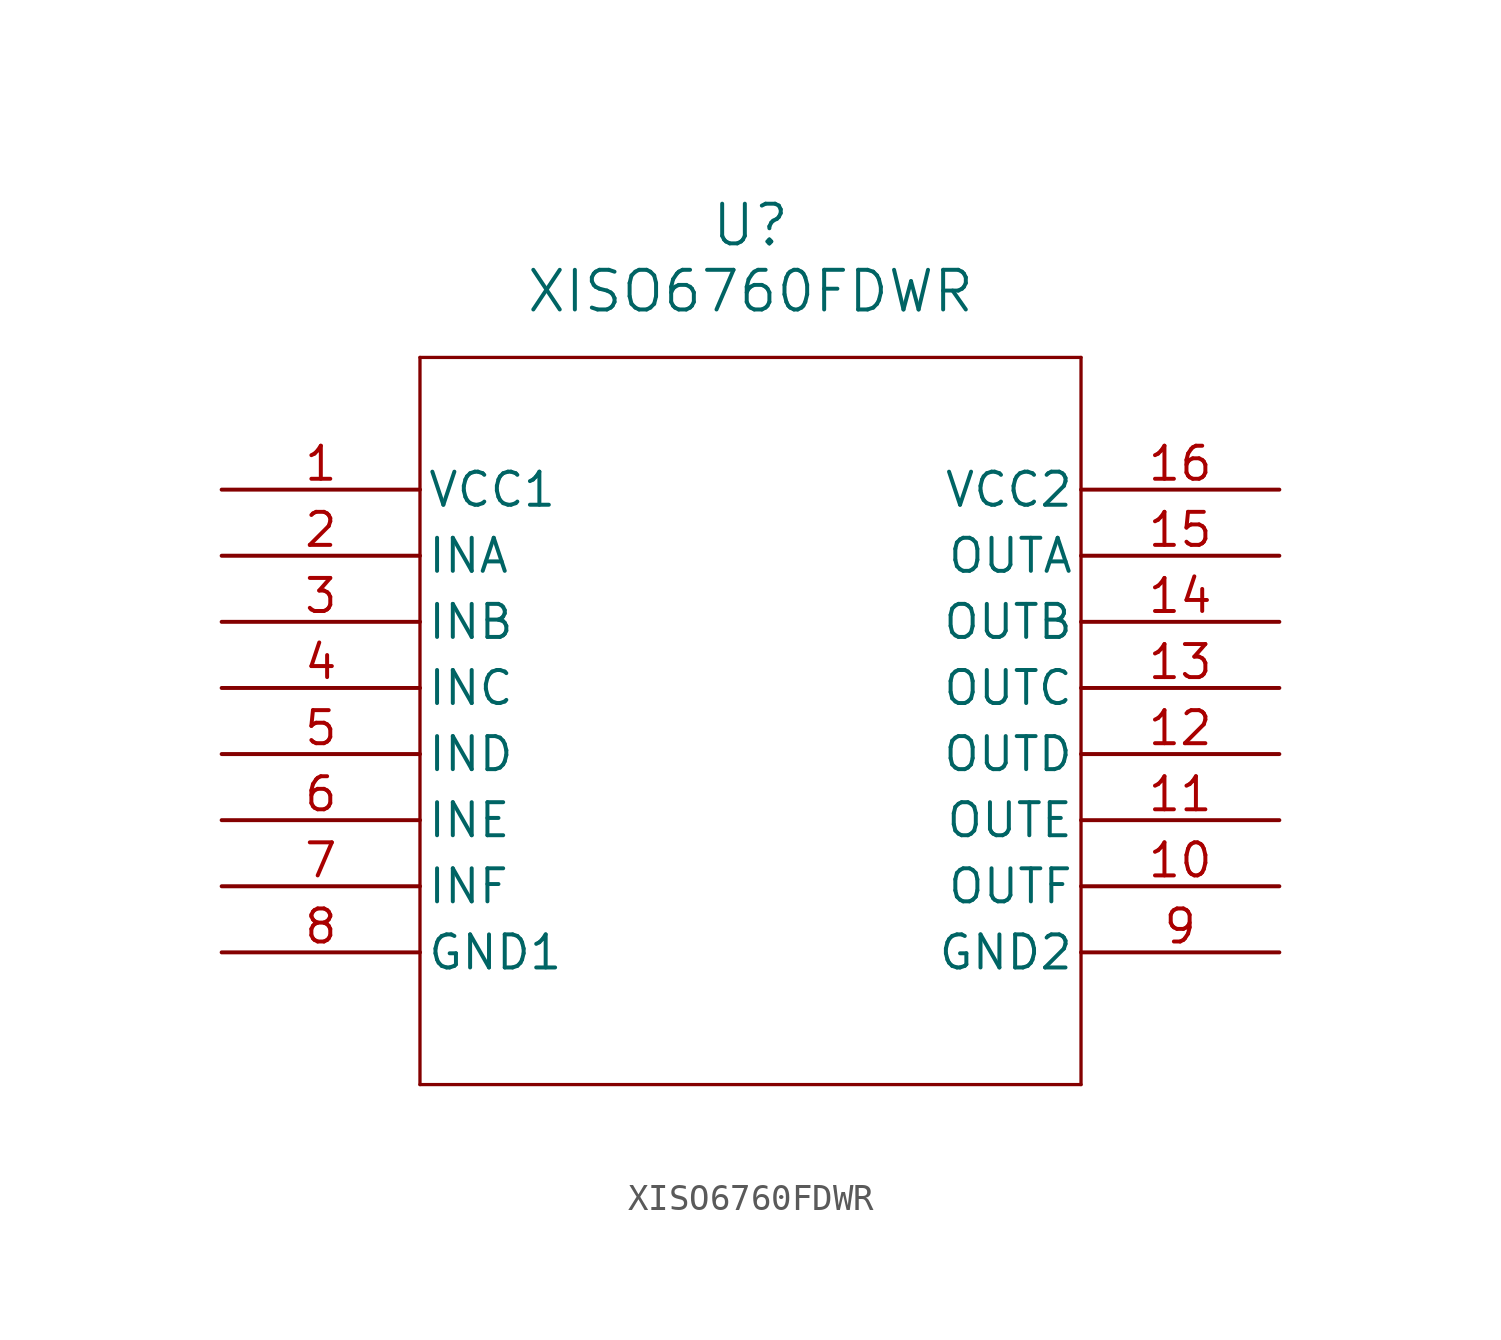
<source format=kicad_sym>
(kicad_symbol_lib
  (version 20211014)
  (generator kicad_symbol_editor)
  (symbol "XISO6760FDWR"
    (pin_names
      (offset 0.254))
    (property "Reference" "U"
      (at 20.32 10.16 0)
      (effects (font (size 1.524 1.524))))
    (property "Value" "XISO6760FDWR"
      (at 20.32 7.62 0)
      (effects (font (size 1.524 1.524))))
    (symbol "XISO6760FDWR_0_1"
      (polyline (pts (xy 7.62 5.08) (xy 7.62 -22.86)) (stroke (width 0.127) (type default) (color 0 0 0 0)) (fill (type none)))
      (polyline (pts (xy 7.62 -22.86) (xy 33.02 -22.86)) (stroke (width 0.127) (type default) (color 0 0 0 0)) (fill (type none)))
      (polyline (pts (xy 33.02 -22.86) (xy 33.02 5.08)) (stroke (width 0.127) (type default) (color 0 0 0 0)) (fill (type none)))
      (polyline (pts (xy 33.02 5.08) (xy 7.62 5.08)) (stroke (width 0.127) (type default) (color 0 0 0 0)) (fill (type none)))
      (pin power_in line (at 0 0 0) (length 7.62) (name "VCC1" (effects (font (size 1.27 1.27)))) (number "1" (effects (font (size 1.27 1.27)))))
      (pin input line (at 0 -2.54 0) (length 7.62) (name "INA" (effects (font (size 1.27 1.27)))) (number "2" (effects (font (size 1.27 1.27)))))
      (pin input line (at 0 -5.08 0) (length 7.62) (name "INB" (effects (font (size 1.27 1.27)))) (number "3" (effects (font (size 1.27 1.27)))))
      (pin input line (at 0 -7.62 0) (length 7.62) (name "INC" (effects (font (size 1.27 1.27)))) (number "4" (effects (font (size 1.27 1.27)))))
      (pin input line (at 0 -10.16 0) (length 7.62) (name "IND" (effects (font (size 1.27 1.27)))) (number "5" (effects (font (size 1.27 1.27)))))
      (pin input line (at 0 -12.7 0) (length 7.62) (name "INE" (effects (font (size 1.27 1.27)))) (number "6" (effects (font (size 1.27 1.27)))))
      (pin input line (at 0 -15.24 0) (length 7.62) (name "INF" (effects (font (size 1.27 1.27)))) (number "7" (effects (font (size 1.27 1.27)))))
      (pin power_out line (at 0 -17.78 0) (length 7.62) (name "GND1" (effects (font (size 1.27 1.27)))) (number "8" (effects (font (size 1.27 1.27)))))
      (pin power_out line (at 40.64 -17.78 180) (length 7.62) (name "GND2" (effects (font (size 1.27 1.27)))) (number "9" (effects (font (size 1.27 1.27)))))
      (pin output line (at 40.64 -15.24 180) (length 7.62) (name "OUTF" (effects (font (size 1.27 1.27)))) (number "10" (effects (font (size 1.27 1.27)))))
      (pin output line (at 40.64 -12.7 180) (length 7.62) (name "OUTE" (effects (font (size 1.27 1.27)))) (number "11" (effects (font (size 1.27 1.27)))))
      (pin output line (at 40.64 -10.16 180) (length 7.62) (name "OUTD" (effects (font (size 1.27 1.27)))) (number "12" (effects (font (size 1.27 1.27)))))
      (pin output line (at 40.64 -7.62 180) (length 7.62) (name "OUTC" (effects (font (size 1.27 1.27)))) (number "13" (effects (font (size 1.27 1.27)))))
      (pin output line (at 40.64 -5.08 180) (length 7.62) (name "OUTB" (effects (font (size 1.27 1.27)))) (number "14" (effects (font (size 1.27 1.27)))))
      (pin output line (at 40.64 -2.54 180) (length 7.62) (name "OUTA" (effects (font (size 1.27 1.27)))) (number "15" (effects (font (size 1.27 1.27)))))
      (pin power_in line (at 40.64 0 180) (length 7.62) (name "VCC2" (effects (font (size 1.27 1.27)))) (number "16" (effects (font (size 1.27 1.27))))))))
</source>
